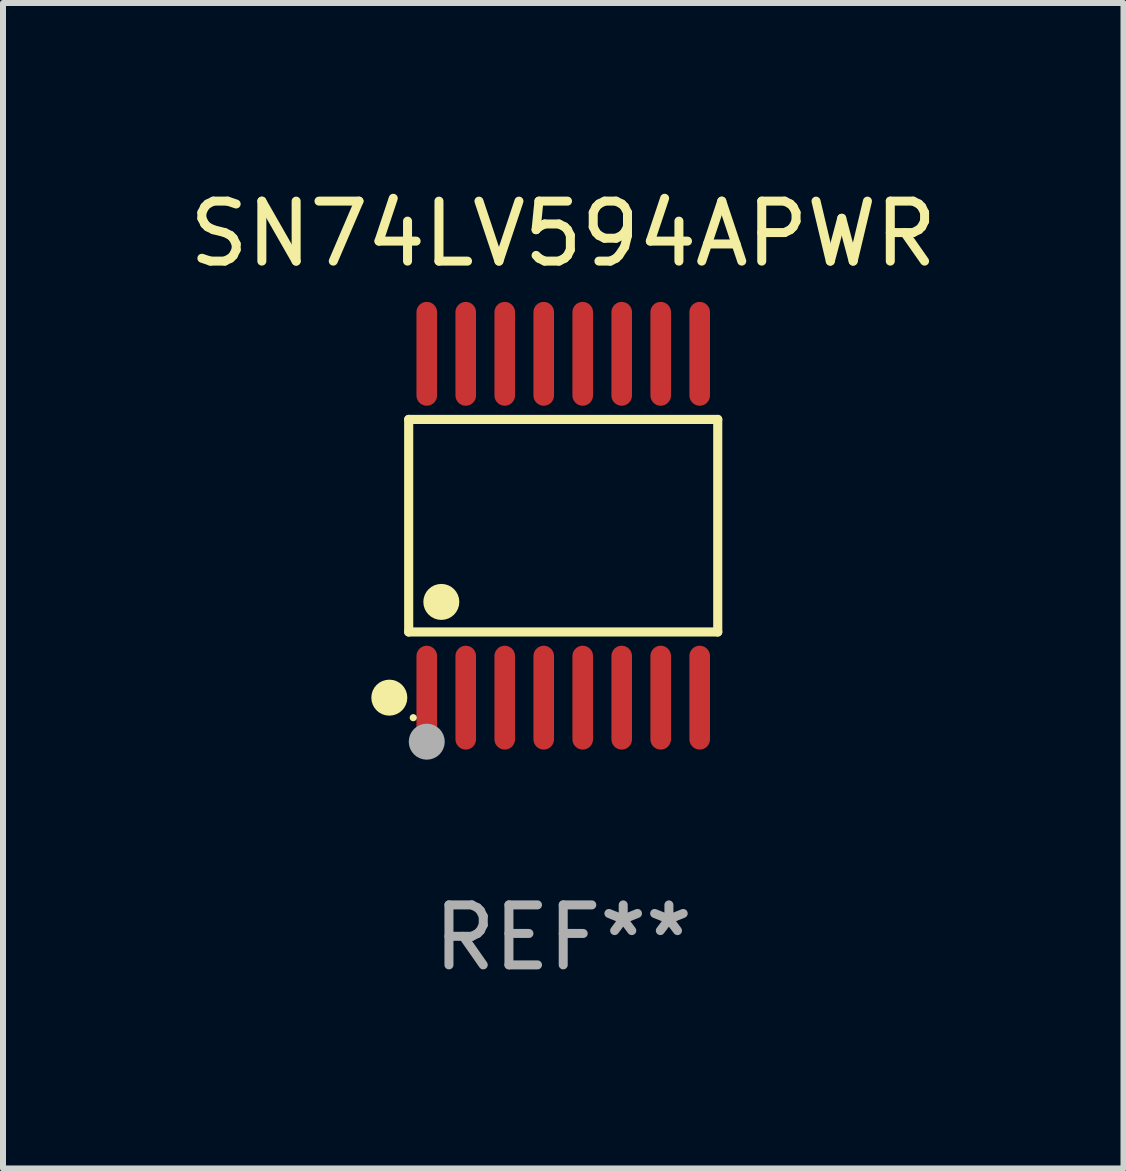
<source format=kicad_pcb>
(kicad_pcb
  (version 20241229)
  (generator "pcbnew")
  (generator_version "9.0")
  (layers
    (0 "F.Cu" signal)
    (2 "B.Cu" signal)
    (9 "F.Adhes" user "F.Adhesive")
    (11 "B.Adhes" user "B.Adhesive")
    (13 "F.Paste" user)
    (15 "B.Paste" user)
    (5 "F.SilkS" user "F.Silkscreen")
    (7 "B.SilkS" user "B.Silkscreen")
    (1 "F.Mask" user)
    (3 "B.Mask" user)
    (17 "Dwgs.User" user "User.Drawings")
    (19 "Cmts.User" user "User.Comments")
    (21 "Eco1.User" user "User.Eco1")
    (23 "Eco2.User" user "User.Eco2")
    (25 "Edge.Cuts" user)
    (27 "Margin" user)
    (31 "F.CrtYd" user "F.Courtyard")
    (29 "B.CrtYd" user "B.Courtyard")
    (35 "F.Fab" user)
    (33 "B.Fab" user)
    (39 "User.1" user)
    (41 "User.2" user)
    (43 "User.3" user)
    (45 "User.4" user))
  (footprint "SN74LV594APWR"
    (layer "F.Cu")
    (at 6.339 5.714)
    (property "Reference" "SN74LV594APWR" (at 0 -4.866 0) (layer "F.SilkS") (effects (font (size 1 1) (thickness 0.15))))
    (attr through_hole)
    (fp_line (start -2.576 -1.772) (end 2.576 -1.772) (stroke (width 0.152) (type solid)) (layer "F.SilkS"))
    (fp_line (start -2.576 1.771) (end -2.576 -1.772) (stroke (width 0.152) (type solid)) (layer "F.SilkS"))
    (fp_line (start 2.576 -1.772) (end 2.576 1.771) (stroke (width 0.152) (type solid)) (layer "F.SilkS"))
    (fp_line (start 2.576 1.771) (end -2.576 1.771) (stroke (width 0.152) (type solid)) (layer "F.SilkS"))
    (fp_circle (center -2.899 2.866) (end -2.749 2.866) (stroke (width 0.3) (type solid)) (fill no) (layer "F.SilkS"))
    (fp_circle (center -2.5 3.2) (end -2.47 3.2) (stroke (width 0.06) (type solid)) (fill no) (layer "F.SilkS"))
    (fp_circle (center -2.032 1.27) (end -1.882 1.27) (stroke (width 0.3) (type solid)) (fill no) (layer "F.SilkS"))
    (fp_circle (center -2.275 3.6) (end -2.125 3.6) (stroke (width 0.3) (type solid)) (fill no) (layer "F.Fab"))
    (fp_text user "REF**" (at 0 6.866 0) (layer "F.Fab") (effects (font (size 1 1) (thickness 0.15))))
    (pad "1" smd oval (at -2.275 2.866) (size 0.343 1.731) (layers "F.Cu" "F.Mask" "F.Paste"))
    (pad "2" smd oval (at -1.625 2.866) (size 0.343 1.731) (layers "F.Cu" "F.Mask" "F.Paste"))
    (pad "3" smd oval (at -0.975 2.866) (size 0.343 1.731) (layers "F.Cu" "F.Mask" "F.Paste"))
    (pad "4" smd oval (at -0.325 2.866) (size 0.343 1.731) (layers "F.Cu" "F.Mask" "F.Paste"))
    (pad "5" smd oval (at 0.325 2.866) (size 0.343 1.731) (layers "F.Cu" "F.Mask" "F.Paste"))
    (pad "6" smd oval (at 0.975 2.866) (size 0.343 1.731) (layers "F.Cu" "F.Mask" "F.Paste"))
    (pad "7" smd oval (at 1.625 2.866) (size 0.343 1.731) (layers "F.Cu" "F.Mask" "F.Paste"))
    (pad "8" smd oval (at 2.275 2.866) (size 0.343 1.731) (layers "F.Cu" "F.Mask" "F.Paste"))
    (pad "9" smd oval (at 2.275 -2.866) (size 0.343 1.731) (layers "F.Cu" "F.Mask" "F.Paste"))
    (pad "10" smd oval (at 1.625 -2.866) (size 0.343 1.731) (layers "F.Cu" "F.Mask" "F.Paste"))
    (pad "11" smd oval (at 0.975 -2.866) (size 0.343 1.731) (layers "F.Cu" "F.Mask" "F.Paste"))
    (pad "12" smd oval (at 0.325 -2.866) (size 0.343 1.731) (layers "F.Cu" "F.Mask" "F.Paste"))
    (pad "13" smd oval (at -0.325 -2.866) (size 0.343 1.731) (layers "F.Cu" "F.Mask" "F.Paste"))
    (pad "14" smd oval (at -0.975 -2.866) (size 0.343 1.731) (layers "F.Cu" "F.Mask" "F.Paste"))
    (pad "15" smd oval (at -1.625 -2.866) (size 0.343 1.731) (layers "F.Cu" "F.Mask" "F.Paste"))
    (pad "16" smd oval (at -2.275 -2.866) (size 0.343 1.731) (layers "F.Cu" "F.Mask" "F.Paste")))
  (gr_rect
    (start -3 -3)
    (end 15.679 16.428)
    (stroke (width 0.1) (type default))
    (fill no)
    (layer "Edge.Cuts")))
</source>
